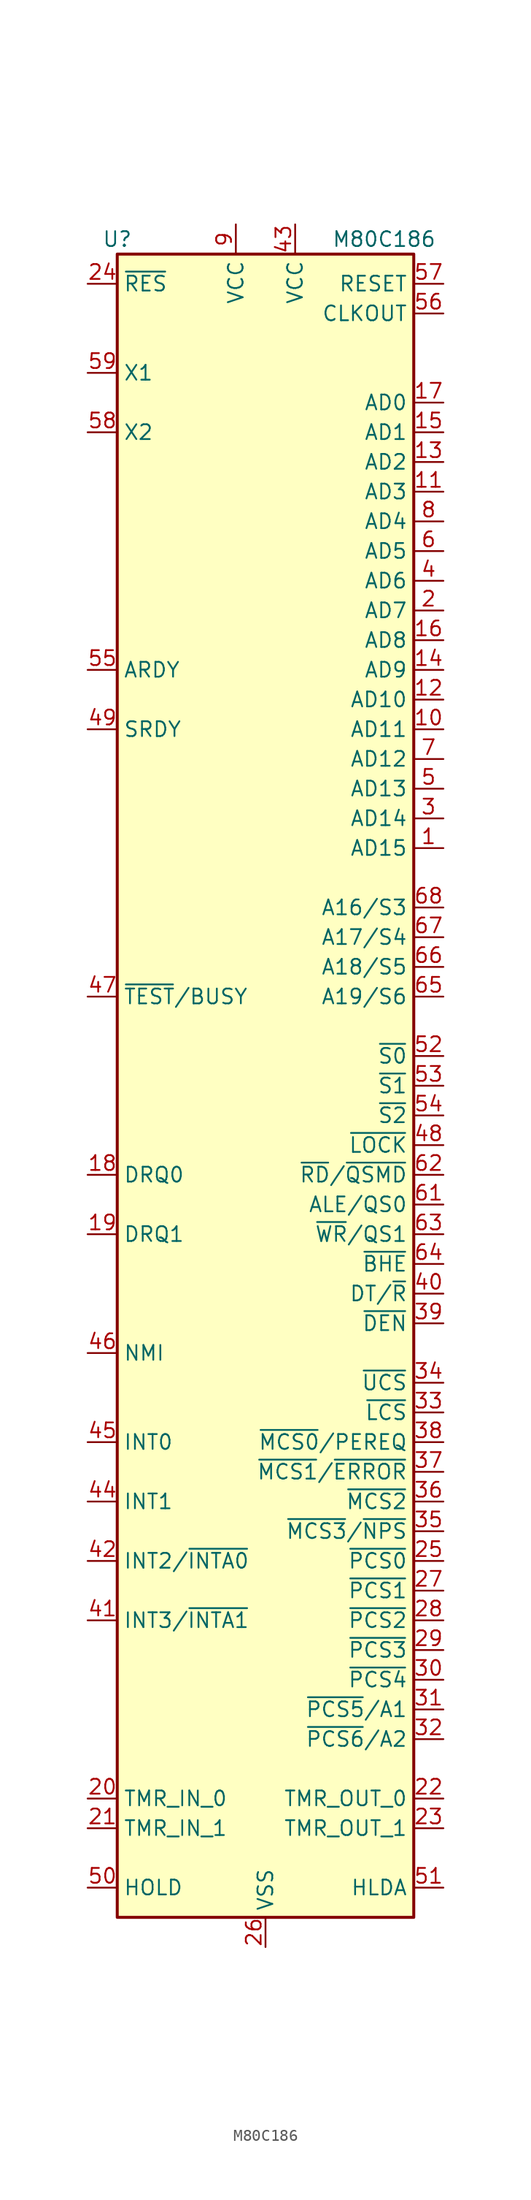
<source format=kicad_sym>
(kicad_symbol_lib
  (version 20231120)
  (generator "kicad_symbol_editor")
  (generator_version "8.0")
  (symbol "M80C186"
    (property "Reference" "U"
      (at -12.7 72.39 0)
      (effects (font (size 1.27 1.27))))
    (property "Value" "M80C186"
      (at 10.16 72.39 0)
      (effects (font (size 1.27 1.27))))
    (symbol "M80C186_0_1"
      (rectangle (start 12.7 -71.12) (end -12.7 71.12) (stroke (width 0.254) (type default)) (fill (type background))))
    (symbol "M80C186_1_1"
      (pin bidirectional line (at 15.24 20.32 180) (length 2.54) (name "AD15" (effects (font (size 1.27 1.27)))) (number "1" (effects (font (size 1.27 1.27)))))
      (pin bidirectional line (at 15.24 30.48 180) (length 2.54) (name "AD11" (effects (font (size 1.27 1.27)))) (number "10" (effects (font (size 1.27 1.27)))))
      (pin bidirectional line (at 15.24 50.8 180) (length 2.54) (name "AD3" (effects (font (size 1.27 1.27)))) (number "11" (effects (font (size 1.27 1.27)))))
      (pin bidirectional line (at 15.24 33.02 180) (length 2.54) (name "AD10" (effects (font (size 1.27 1.27)))) (number "12" (effects (font (size 1.27 1.27)))))
      (pin bidirectional line (at 15.24 53.34 180) (length 2.54) (name "AD2" (effects (font (size 1.27 1.27)))) (number "13" (effects (font (size 1.27 1.27)))))
      (pin bidirectional line (at 15.24 35.56 180) (length 2.54) (name "AD9" (effects (font (size 1.27 1.27)))) (number "14" (effects (font (size 1.27 1.27)))))
      (pin bidirectional line (at 15.24 55.88 180) (length 2.54) (name "AD1" (effects (font (size 1.27 1.27)))) (number "15" (effects (font (size 1.27 1.27)))))
      (pin bidirectional line (at 15.24 38.1 180) (length 2.54) (name "AD8" (effects (font (size 1.27 1.27)))) (number "16" (effects (font (size 1.27 1.27)))))
      (pin bidirectional line (at 15.24 58.42 180) (length 2.54) (name "AD0" (effects (font (size 1.27 1.27)))) (number "17" (effects (font (size 1.27 1.27)))))
      (pin input line (at -15.24 -7.62 0) (length 2.54) (name "DRQ0" (effects (font (size 1.27 1.27)))) (number "18" (effects (font (size 1.27 1.27)))))
      (pin input line (at -15.24 -12.7 0) (length 2.54) (name "DRQ1" (effects (font (size 1.27 1.27)))) (number "19" (effects (font (size 1.27 1.27)))))
      (pin bidirectional line (at 15.24 40.64 180) (length 2.54) (name "AD7" (effects (font (size 1.27 1.27)))) (number "2" (effects (font (size 1.27 1.27)))))
      (pin input line (at -15.24 -60.96 0) (length 2.54) (name "TMR_IN_0" (effects (font (size 1.27 1.27)))) (number "20" (effects (font (size 1.27 1.27)))))
      (pin input line (at -15.24 -63.5 0) (length 2.54) (name "TMR_IN_1" (effects (font (size 1.27 1.27)))) (number "21" (effects (font (size 1.27 1.27)))))
      (pin output line (at 15.24 -60.96 180) (length 2.54) (name "TMR_OUT_0" (effects (font (size 1.27 1.27)))) (number "22" (effects (font (size 1.27 1.27)))))
      (pin output line (at 15.24 -63.5 180) (length 2.54) (name "TMR_OUT_1" (effects (font (size 1.27 1.27)))) (number "23" (effects (font (size 1.27 1.27)))))
      (pin input line (at -15.24 68.58 0) (length 2.54) (name "~{RES}" (effects (font (size 1.27 1.27)))) (number "24" (effects (font (size 1.27 1.27)))))
      (pin output line (at 15.24 -40.64 180) (length 2.54) (name "~{PCS0}" (effects (font (size 1.27 1.27)))) (number "25" (effects (font (size 1.27 1.27)))))
      (pin power_in line (at 0 -73.66 90) (length 2.54) (name "VSS" (effects (font (size 1.27 1.27)))) (number "26" (effects (font (size 1.27 1.27)))))
      (pin output line (at 15.24 -43.18 180) (length 2.54) (name "~{PCS1}" (effects (font (size 1.27 1.27)))) (number "27" (effects (font (size 1.27 1.27)))))
      (pin output line (at 15.24 -45.72 180) (length 2.54) (name "~{PCS2}" (effects (font (size 1.27 1.27)))) (number "28" (effects (font (size 1.27 1.27)))))
      (pin output line (at 15.24 -48.26 180) (length 2.54) (name "~{PCS3}" (effects (font (size 1.27 1.27)))) (number "29" (effects (font (size 1.27 1.27)))))
      (pin bidirectional line (at 15.24 22.86 180) (length 2.54) (name "AD14" (effects (font (size 1.27 1.27)))) (number "3" (effects (font (size 1.27 1.27)))))
      (pin output line (at 15.24 -50.8 180) (length 2.54) (name "~{PCS4}" (effects (font (size 1.27 1.27)))) (number "30" (effects (font (size 1.27 1.27)))))
      (pin output line (at 15.24 -53.34 180) (length 2.54) (name "~{PCS5}/A1" (effects (font (size 1.27 1.27)))) (number "31" (effects (font (size 1.27 1.27)))))
      (pin output line (at 15.24 -55.88 180) (length 2.54) (name "~{PCS6}/A2" (effects (font (size 1.27 1.27)))) (number "32" (effects (font (size 1.27 1.27)))))
      (pin output line (at 15.24 -27.94 180) (length 2.54) (name "~{LCS}" (effects (font (size 1.27 1.27)))) (number "33" (effects (font (size 1.27 1.27)))))
      (pin output line (at 15.24 -25.4 180) (length 2.54) (name "~{UCS}" (effects (font (size 1.27 1.27)))) (number "34" (effects (font (size 1.27 1.27)))))
      (pin output line (at 15.24 -38.1 180) (length 2.54) (name "~{MCS3}/~{NPS}" (effects (font (size 1.27 1.27)))) (number "35" (effects (font (size 1.27 1.27)))))
      (pin output line (at 15.24 -35.56 180) (length 2.54) (name "~{MCS2}" (effects (font (size 1.27 1.27)))) (number "36" (effects (font (size 1.27 1.27)))))
      (pin bidirectional line (at 15.24 -33.02 180) (length 2.54) (name "~{MCS1}/~{ERROR}" (effects (font (size 1.27 1.27)))) (number "37" (effects (font (size 1.27 1.27)))))
      (pin bidirectional line (at 15.24 -30.48 180) (length 2.54) (name "~{MCS0}/PEREQ" (effects (font (size 1.27 1.27)))) (number "38" (effects (font (size 1.27 1.27)))))
      (pin output line (at 15.24 -20.32 180) (length 2.54) (name "~{DEN}" (effects (font (size 1.27 1.27)))) (number "39" (effects (font (size 1.27 1.27)))))
      (pin bidirectional line (at 15.24 43.18 180) (length 2.54) (name "AD6" (effects (font (size 1.27 1.27)))) (number "4" (effects (font (size 1.27 1.27)))))
      (pin output line (at 15.24 -17.78 180) (length 2.54) (name "DT/~{R}" (effects (font (size 1.27 1.27)))) (number "40" (effects (font (size 1.27 1.27)))))
      (pin bidirectional line (at -15.24 -45.72 0) (length 2.54) (name "INT3/~{INTA1}" (effects (font (size 1.27 1.27)))) (number "41" (effects (font (size 1.27 1.27)))))
      (pin bidirectional line (at -15.24 -40.64 0) (length 2.54) (name "INT2/~{INTA0}" (effects (font (size 1.27 1.27)))) (number "42" (effects (font (size 1.27 1.27)))))
      (pin power_in line (at 2.54 73.66 270) (length 2.54) (name "VCC" (effects (font (size 1.27 1.27)))) (number "43" (effects (font (size 1.27 1.27)))))
      (pin input line (at -15.24 -35.56 0) (length 2.54) (name "INT1" (effects (font (size 1.27 1.27)))) (number "44" (effects (font (size 1.27 1.27)))))
      (pin input line (at -15.24 -30.48 0) (length 2.54) (name "INT0" (effects (font (size 1.27 1.27)))) (number "45" (effects (font (size 1.27 1.27)))))
      (pin input line (at -15.24 -22.86 0) (length 2.54) (name "NMI" (effects (font (size 1.27 1.27)))) (number "46" (effects (font (size 1.27 1.27)))))
      (pin input line (at -15.24 7.62 0) (length 2.54) (name "~{TEST}/BUSY" (effects (font (size 1.27 1.27)))) (number "47" (effects (font (size 1.27 1.27)))))
      (pin output line (at 15.24 -5.08 180) (length 2.54) (name "~{LOCK}" (effects (font (size 1.27 1.27)))) (number "48" (effects (font (size 1.27 1.27)))))
      (pin input line (at -15.24 30.48 0) (length 2.54) (name "SRDY" (effects (font (size 1.27 1.27)))) (number "49" (effects (font (size 1.27 1.27)))))
      (pin bidirectional line (at 15.24 25.4 180) (length 2.54) (name "AD13" (effects (font (size 1.27 1.27)))) (number "5" (effects (font (size 1.27 1.27)))))
      (pin input line (at -15.24 -68.58 0) (length 2.54) (name "HOLD" (effects (font (size 1.27 1.27)))) (number "50" (effects (font (size 1.27 1.27)))))
      (pin output line (at 15.24 -68.58 180) (length 2.54) (name "HLDA" (effects (font (size 1.27 1.27)))) (number "51" (effects (font (size 1.27 1.27)))))
      (pin output line (at 15.24 2.54 180) (length 2.54) (name "~{S0}" (effects (font (size 1.27 1.27)))) (number "52" (effects (font (size 1.27 1.27)))))
      (pin output line (at 15.24 0 180) (length 2.54) (name "~{S1}" (effects (font (size 1.27 1.27)))) (number "53" (effects (font (size 1.27 1.27)))))
      (pin output line (at 15.24 -2.54 180) (length 2.54) (name "~{S2}" (effects (font (size 1.27 1.27)))) (number "54" (effects (font (size 1.27 1.27)))))
      (pin input line (at -15.24 35.56 0) (length 2.54) (name "ARDY" (effects (font (size 1.27 1.27)))) (number "55" (effects (font (size 1.27 1.27)))))
      (pin output line (at 15.24 66.04 180) (length 2.54) (name "CLKOUT" (effects (font (size 1.27 1.27)))) (number "56" (effects (font (size 1.27 1.27)))))
      (pin output line (at 15.24 68.58 180) (length 2.54) (name "RESET" (effects (font (size 1.27 1.27)))) (number "57" (effects (font (size 1.27 1.27)))))
      (pin output line (at -15.24 55.88 0) (length 2.54) (name "X2" (effects (font (size 1.27 1.27)))) (number "58" (effects (font (size 1.27 1.27)))))
      (pin input line (at -15.24 60.96 0) (length 2.54) (name "X1" (effects (font (size 1.27 1.27)))) (number "59" (effects (font (size 1.27 1.27)))))
      (pin bidirectional line (at 15.24 45.72 180) (length 2.54) (name "AD5" (effects (font (size 1.27 1.27)))) (number "6" (effects (font (size 1.27 1.27)))))
      (pin passive line (at 0 -73.66 90) (length 2.54) hide (name "VSS" (effects (font (size 1.27 1.27)))) (number "60" (effects (font (size 1.27 1.27)))))
      (pin output line (at 15.24 -10.16 180) (length 2.54) (name "ALE/QS0" (effects (font (size 1.27 1.27)))) (number "61" (effects (font (size 1.27 1.27)))))
      (pin output line (at 15.24 -7.62 180) (length 2.54) (name "~{RD}/~{QSMD}" (effects (font (size 1.27 1.27)))) (number "62" (effects (font (size 1.27 1.27)))))
      (pin output line (at 15.24 -12.7 180) (length 2.54) (name "~{WR}/QS1" (effects (font (size 1.27 1.27)))) (number "63" (effects (font (size 1.27 1.27)))))
      (pin output line (at 15.24 -15.24 180) (length 2.54) (name "~{BHE}" (effects (font (size 1.27 1.27)))) (number "64" (effects (font (size 1.27 1.27)))))
      (pin output line (at 15.24 7.62 180) (length 2.54) (name "A19/S6" (effects (font (size 1.27 1.27)))) (number "65" (effects (font (size 1.27 1.27)))))
      (pin output line (at 15.24 10.16 180) (length 2.54) (name "A18/S5" (effects (font (size 1.27 1.27)))) (number "66" (effects (font (size 1.27 1.27)))))
      (pin output line (at 15.24 12.7 180) (length 2.54) (name "A17/S4" (effects (font (size 1.27 1.27)))) (number "67" (effects (font (size 1.27 1.27)))))
      (pin output line (at 15.24 15.24 180) (length 2.54) (name "A16/S3" (effects (font (size 1.27 1.27)))) (number "68" (effects (font (size 1.27 1.27)))))
      (pin bidirectional line (at 15.24 27.94 180) (length 2.54) (name "AD12" (effects (font (size 1.27 1.27)))) (number "7" (effects (font (size 1.27 1.27)))))
      (pin bidirectional line (at 15.24 48.26 180) (length 2.54) (name "AD4" (effects (font (size 1.27 1.27)))) (number "8" (effects (font (size 1.27 1.27)))))
      (pin power_in line (at -2.54 73.66 270) (length 2.54) (name "VCC" (effects (font (size 1.27 1.27)))) (number "9" (effects (font (size 1.27 1.27))))))))
</source>
